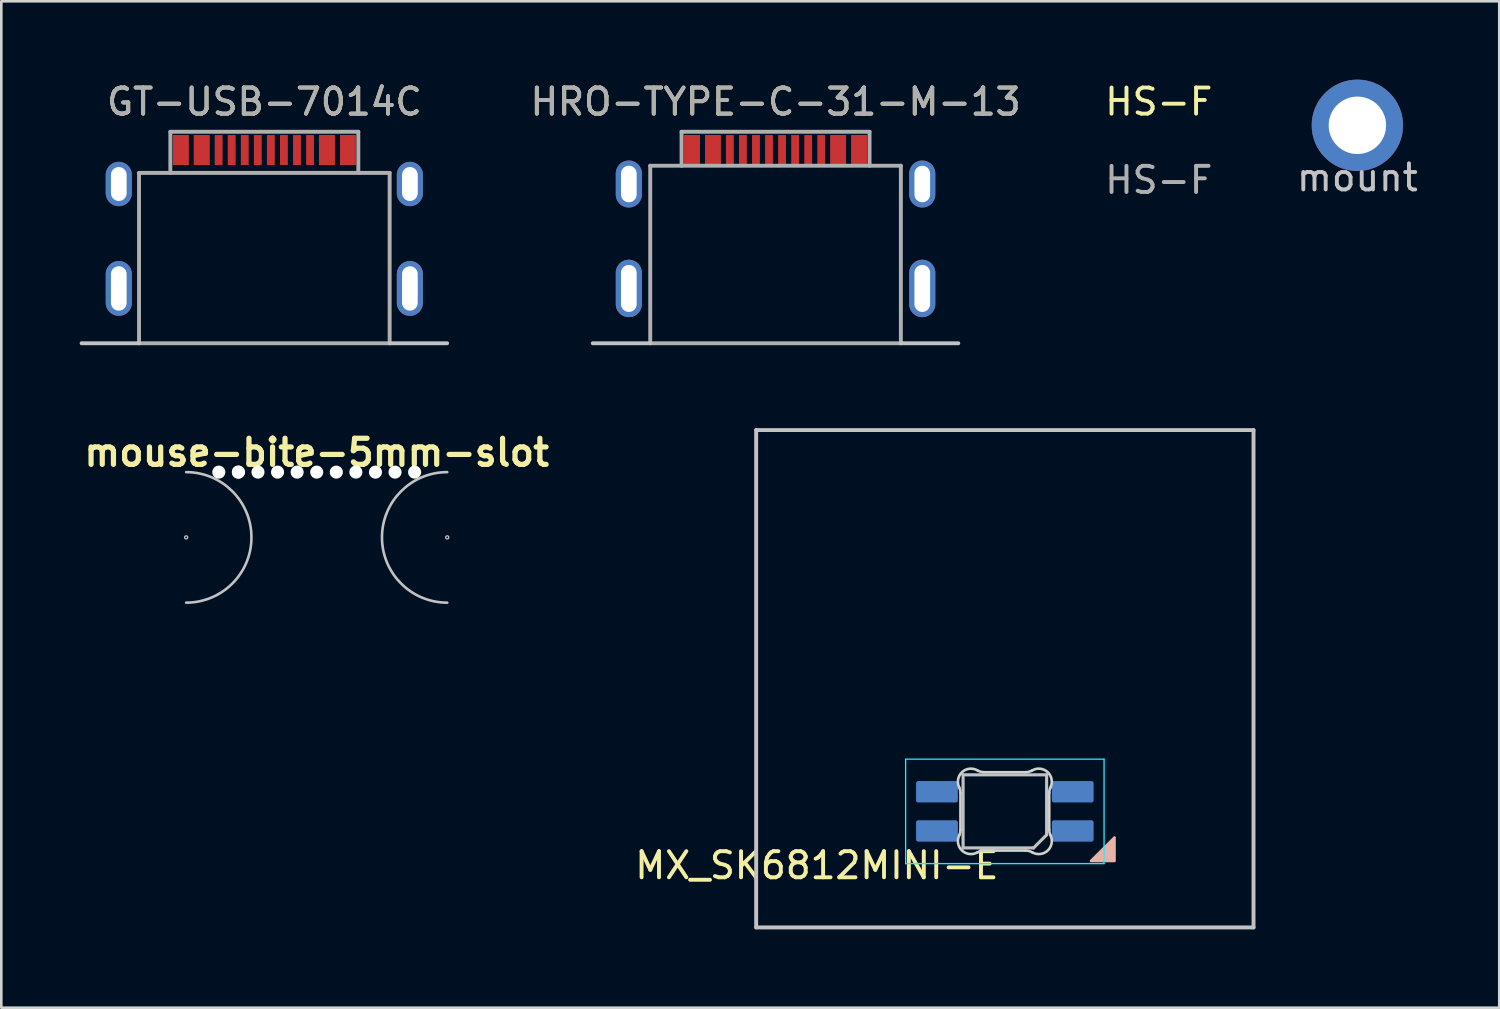
<source format=kicad_pcb>
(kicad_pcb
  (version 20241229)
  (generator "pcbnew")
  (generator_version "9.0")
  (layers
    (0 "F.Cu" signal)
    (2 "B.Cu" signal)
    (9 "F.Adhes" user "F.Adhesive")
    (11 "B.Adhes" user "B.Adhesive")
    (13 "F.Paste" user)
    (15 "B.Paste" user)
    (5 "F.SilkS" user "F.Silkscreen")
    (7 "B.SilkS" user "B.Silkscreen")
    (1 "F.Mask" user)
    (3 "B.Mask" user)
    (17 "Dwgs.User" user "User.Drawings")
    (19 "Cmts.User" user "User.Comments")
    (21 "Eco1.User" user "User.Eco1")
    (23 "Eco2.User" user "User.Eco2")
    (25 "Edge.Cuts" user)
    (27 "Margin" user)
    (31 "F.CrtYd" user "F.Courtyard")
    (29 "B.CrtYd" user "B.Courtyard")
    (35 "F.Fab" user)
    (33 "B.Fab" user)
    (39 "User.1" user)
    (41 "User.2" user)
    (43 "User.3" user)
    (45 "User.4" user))
  (footprint "HS-F"
    (layer "F.Cu")
    (at 41.335 1.348)
    (property "Reference" "HS-F" (at 0 -0.5 0) (unlocked yes) (layer "F.SilkS") (effects (font (size 1 1) (thickness 0.15))))
    (attr smd)
    (fp_text user "${REFERENCE}" (at 0 2.5 0) (unlocked yes) (layer "F.Fab") (effects (font (size 1 1) (thickness 0.15)))))
  (footprint "MX_SK6812MINI-E"
    (layer "F.Cu")
    (at 35.439 22.948)
    (property "Reference" "MX_SK6812MINI-E" (at -7.2 7.15 0) (layer "F.SilkS") (effects (font (size 1 1) (thickness 0.15))))
    (attr through_hole)
    (fp_poly (pts (xy 4.2 6.08) (xy 3.3 6.98) (xy 4.2 6.98)) (stroke (width 0.1) (type solid)) (fill yes) (layer "B.SilkS"))
    (fp_line (start -9.525 -9.525) (end 9.525 -9.525) (stroke (width 0.15) (type solid)) (layer "Dwgs.User"))
    (fp_line (start -9.525 9.525) (end -9.525 -9.525) (stroke (width 0.15) (type solid)) (layer "Dwgs.User"))
    (fp_line (start -1.6 3.68) (end -1.6 6.48) (stroke (width 0.12) (type solid)) (layer "Dwgs.User"))
    (fp_line (start -1.6 6.48) (end 1.1 6.48) (stroke (width 0.12) (type solid)) (layer "Dwgs.User"))
    (fp_line (start 1.6 3.68) (end -1.6 3.68) (stroke (width 0.12) (type solid)) (layer "Dwgs.User"))
    (fp_line (start 1.6 5.98) (end 1.1 6.48) (stroke (width 0.12) (type solid)) (layer "Dwgs.User"))
    (fp_line (start 1.6 5.98) (end 1.6 3.68) (stroke (width 0.12) (type solid)) (layer "Dwgs.User"))
    (fp_line (start 9.525 -9.525) (end 9.525 9.525) (stroke (width 0.15) (type solid)) (layer "Dwgs.User"))
    (fp_line (start 9.525 9.525) (end -9.525 9.525) (stroke (width 0.15) (type solid)) (layer "Dwgs.User"))
    (fp_line (start -1.7 5.783) (end -1.7 4.377) (stroke (width 0.1) (type solid)) (layer "Edge.Cuts"))
    (fp_line (start -0.794 3.58) (end 0.794 3.58) (stroke (width 0.1) (type solid)) (layer "Edge.Cuts"))
    (fp_line (start 0.794 6.58) (end -0.794 6.58) (stroke (width 0.1) (type solid)) (layer "Edge.Cuts"))
    (fp_line (start 1.7 4.377) (end 1.7 5.783) (stroke (width 0.1) (type solid)) (layer "Edge.Cuts"))
    (fp_arc (start -1.749484 4.160279) (mid -1.712527 4.265931) (end -1.699999 4.377157) (stroke (width 0.1) (type solid)) (layer "Edge.Cuts"))
    (fp_arc (start -1.749484 4.160279) (mid -1.638071 3.575964) (end -1.046711 3.5117) (stroke (width 0.1) (type solid)) (layer "Edge.Cuts"))
    (fp_arc (start -1.699999 5.782842) (mid -1.712527 5.894067) (end -1.749484 5.999719) (stroke (width 0.1) (type solid)) (layer "Edge.Cuts"))
    (fp_arc (start -1.046711 6.648296) (mid -1.63807 6.584033) (end -1.749484 5.999719) (stroke (width 0.1) (type solid)) (layer "Edge.Cuts"))
    (fp_arc (start -1.04671 6.648298) (mid -0.925122 6.597376) (end -0.794452 6.579999) (stroke (width 0.1) (type solid)) (layer "Edge.Cuts"))
    (fp_arc (start -0.794453 3.579999) (mid -0.925123 3.562622) (end -1.046711 3.5117) (stroke (width 0.1) (type solid)) (layer "Edge.Cuts"))
    (fp_arc (start 0.794452 6.579999) (mid 0.925123 6.597376) (end 1.046711 6.648298) (stroke (width 0.1) (type solid)) (layer "Edge.Cuts"))
    (fp_arc (start 1.046711 3.511701) (mid 0.925123 3.562623) (end 0.794453 3.58) (stroke (width 0.1) (type solid)) (layer "Edge.Cuts"))
    (fp_arc (start 1.046711 3.511701) (mid 1.63807 3.575965) (end 1.749484 4.160279) (stroke (width 0.1) (type solid)) (layer "Edge.Cuts"))
    (fp_arc (start 1.699999 4.377156) (mid 1.712527 4.265931) (end 1.749484 4.160279) (stroke (width 0.1) (type solid)) (layer "Edge.Cuts"))
    (fp_arc (start 1.749484 5.999718) (mid 1.638072 6.584034) (end 1.046711 6.648298) (stroke (width 0.1) (type solid)) (layer "Edge.Cuts"))
    (fp_arc (start 1.749484 5.999719) (mid 1.712527 5.894067) (end 1.699999 5.782841) (stroke (width 0.1) (type solid)) (layer "Edge.Cuts"))
    (fp_line (start -3.8 3.08) (end -3.8 7.08) (stroke (width 0.05) (type solid)) (layer "B.CrtYd"))
    (fp_line (start -3.8 7.08) (end 3.8 7.08) (stroke (width 0.05) (type solid)) (layer "B.CrtYd"))
    (fp_line (start 3.8 3.08) (end -3.8 3.08) (stroke (width 0.05) (type solid)) (layer "B.CrtYd"))
    (fp_line (start 3.8 7.08) (end 3.8 3.08) (stroke (width 0.05) (type solid)) (layer "B.CrtYd"))
    (pad "1" smd roundrect (at -2.6 4.33 270) (size 0.82 1.6) (layers "B.Cu" "B.Mask" "B.Paste") (roundrect_rratio 0.1))
    (pad "2" smd roundrect (at -2.6 5.83 270) (size 0.82 1.6) (layers "B.Cu" "B.Mask" "B.Paste") (roundrect_rratio 0.1))
    (pad "3" smd roundrect (at 2.6 5.83 270) (size 0.82 1.6) (layers "B.Cu" "B.Mask" "B.Paste") (roundrect_rratio 0.1))
    (pad "4" smd roundrect (at 2.6 4.33 270) (size 0.82 1.6) (layers "B.Cu" "B.Mask" "B.Paste") (roundrect_rratio 0.1)))
  (footprint "GT-USB-7014C"
    (layer "F.Cu")
    (at 7.05 5.348)
    (property "Reference" "GT-USB-7014C" (at 0.025 -4.5 0) (layer "F.SilkS") (effects (font (size 1 1) (thickness 0.15))))
    (attr smd)
    (fp_line (start -4.775 4.75) (end -6.975 4.75) (stroke (width 0.15) (type solid)) (layer "Dwgs.User"))
    (fp_line (start 7.025 4.75) (end 4.825 4.75) (stroke (width 0.15) (type solid)) (layer "Dwgs.User"))
    (fp_line (start -4.775 -1.775) (end -4.775 4.75) (stroke (width 0.15) (type solid)) (layer "F.Fab"))
    (fp_line (start -3.575 -3.35) (end 3.625 -3.35) (stroke (width 0.15) (type solid)) (layer "F.Fab"))
    (fp_line (start -3.575 -1.775) (end -3.575 -3.35) (stroke (width 0.15) (type solid)) (layer "F.Fab"))
    (fp_line (start 3.625 -3.35) (end 3.625 -1.775) (stroke (width 0.15) (type solid)) (layer "F.Fab"))
    (fp_line (start 4.825 -1.775) (end -4.775 -1.775) (stroke (width 0.15) (type solid)) (layer "F.Fab"))
    (fp_line (start 4.825 -1.775) (end 4.825 4.75) (stroke (width 0.15) (type solid)) (layer "F.Fab"))
    (fp_line (start 4.825 4.75) (end -4.775 4.75) (stroke (width 0.15) (type solid)) (layer "F.Fab"))
    (fp_text user "${REFERENCE}" (at 0.025 -4.5 0) (layer "F.Fab") (effects (font (size 1 1) (thickness 0.15))))
    (pad "A1" smd rect (at -3.175 -2.65) (size 0.6 1.15) (layers "F.Cu" "F.Mask" "F.Paste"))
    (pad "A4" smd rect (at -2.375 -2.65) (size 0.6 1.15) (layers "F.Cu" "F.Mask" "F.Paste"))
    (pad "A5" smd rect (at -1.225 -2.65) (size 0.3 1.15) (layers "F.Cu" "F.Mask" "F.Paste"))
    (pad "A6" smd rect (at -0.225 -2.65) (size 0.3 1.15) (layers "F.Cu" "F.Mask" "F.Paste"))
    (pad "A7" smd rect (at 0.275 -2.65) (size 0.3 1.15) (layers "F.Cu" "F.Mask" "F.Paste"))
    (pad "A8" smd rect (at 1.275 -2.65) (size 0.3 1.15) (layers "F.Cu" "F.Mask" "F.Paste"))
    (pad "A9" smd rect (at 2.425 -2.65) (size 0.6 1.15) (layers "F.Cu" "F.Mask" "F.Paste"))
    (pad "A12" smd rect (at 3.225 -2.65) (size 0.6 1.15) (layers "F.Cu" "F.Mask" "F.Paste"))
    (pad "B1" smd rect (at 3.225 -2.65) (size 0.6 1.15) (layers "F.Cu" "F.Mask" "F.Paste"))
    (pad "B4" smd rect (at 2.425 -2.65) (size 0.6 1.15) (layers "F.Cu" "F.Mask" "F.Paste"))
    (pad "B5" smd rect (at 1.775 -2.65) (size 0.3 1.15) (layers "F.Cu" "F.Mask" "F.Paste"))
    (pad "B6" smd rect (at 0.775 -2.65) (size 0.3 1.15) (layers "F.Cu" "F.Mask" "F.Paste"))
    (pad "B7" smd rect (at -0.725 -2.65) (size 0.3 1.15) (layers "F.Cu" "F.Mask" "F.Paste"))
    (pad "B8" smd rect (at -1.725 -2.65) (size 0.3 1.15) (layers "F.Cu" "F.Mask" "F.Paste"))
    (pad "B9" smd rect (at -2.375 -2.65) (size 0.6 1.15) (layers "F.Cu" "F.Mask" "F.Paste"))
    (pad "B12" smd rect (at -3.175 -2.65) (size 0.6 1.15) (layers "F.Cu" "F.Mask" "F.Paste"))
    (pad "S1" thru_hole oval (at -5.55 -1.35) (size 1 1.7) (drill oval 0.6 1.3) (layers "*.Cu" "*.Mask"))
    (pad "S2" thru_hole oval (at 5.6 -1.35) (size 1 1.7) (drill oval 0.6 1.3) (layers "*.Cu" "*.Mask"))
    (pad "S3" thru_hole oval (at 5.6 2.65) (size 1 2.1) (drill oval 0.6 1.7) (layers "*.Cu" "*.Mask"))
    (pad "S4" thru_hole oval (at -5.55 2.65) (size 1 2.1) (drill oval 0.6 1.7) (layers "*.Cu" "*.Mask")))
  (footprint "mount"
    (layer "F.Cu")
    (at 48.942 1.75)
    (property "Reference" "mount" (at 0 2 0) (layer "Dwgs.User") (effects (font (size 1 1) (thickness 0.15))))
    (attr exclude_from_pos_files exclude_from_bom)
    (pad "1" thru_hole circle (at 0 0) (size 3.5 3.5) (drill 2.2) (layers "*.Cu" "*.Mask")))
  (footprint "HRO-TYPE-C-31-M-13"
    (layer "F.Cu")
    (at 26.656 10.098)
    (property "Reference" "HRO-TYPE-C-31-M-13" (at 0 -9.25 0) (layer "F.SilkS") (effects (font (size 1 1) (thickness 0.15))))
    (attr smd)
    (fp_line (start -4.8 0) (end -7 0) (stroke (width 0.15) (type solid)) (layer "Dwgs.User"))
    (fp_line (start 7 0) (end 4.8 0) (stroke (width 0.15) (type solid)) (layer "Dwgs.User"))
    (fp_line (start -4.8 -6.8) (end -4.8 0) (stroke (width 0.15) (type solid)) (layer "F.Fab"))
    (fp_line (start -3.6 -8.1) (end 3.6 -8.1) (stroke (width 0.15) (type solid)) (layer "F.Fab"))
    (fp_line (start -3.6 -6.8) (end -3.6 -8.1) (stroke (width 0.15) (type solid)) (layer "F.Fab"))
    (fp_line (start 3.6 -8.1) (end 3.6 -6.8) (stroke (width 0.15) (type solid)) (layer "F.Fab"))
    (fp_line (start 4.8 -6.8) (end -4.8 -6.8) (stroke (width 0.15) (type solid)) (layer "F.Fab"))
    (fp_line (start 4.8 -6.8) (end 4.8 0) (stroke (width 0.15) (type solid)) (layer "F.Fab"))
    (fp_line (start 4.8 0) (end -4.8 0) (stroke (width 0.15) (type solid)) (layer "F.Fab"))
    (fp_text user "${REFERENCE}" (at 0 -9.25 0) (layer "F.Fab") (effects (font (size 1 1) (thickness 0.15))))
    (pad "A1" smd rect (at -3.2 -7.4) (size 0.6 1.15) (layers "F.Cu" "F.Mask" "F.Paste"))
    (pad "A4" smd rect (at -2.4 -7.4) (size 0.6 1.15) (layers "F.Cu" "F.Mask" "F.Paste"))
    (pad "A5" smd rect (at -1.25 -7.4) (size 0.3 1.15) (layers "F.Cu" "F.Mask" "F.Paste"))
    (pad "A6" smd rect (at -0.25 -7.4) (size 0.3 1.15) (layers "F.Cu" "F.Mask" "F.Paste"))
    (pad "A7" smd rect (at 0.25 -7.4) (size 0.3 1.15) (layers "F.Cu" "F.Mask" "F.Paste"))
    (pad "A8" smd rect (at 1.25 -7.4) (size 0.3 1.15) (layers "F.Cu" "F.Mask" "F.Paste"))
    (pad "A9" smd rect (at 2.4 -7.4) (size 0.6 1.15) (layers "F.Cu" "F.Mask" "F.Paste"))
    (pad "A12" smd rect (at 3.2 -7.4) (size 0.6 1.15) (layers "F.Cu" "F.Mask" "F.Paste"))
    (pad "B1" smd rect (at 3.2 -7.4) (size 0.6 1.15) (layers "F.Cu" "F.Mask" "F.Paste"))
    (pad "B4" smd rect (at 2.4 -7.4) (size 0.6 1.15) (layers "F.Cu" "F.Mask" "F.Paste"))
    (pad "B5" smd rect (at 1.75 -7.4) (size 0.3 1.15) (layers "F.Cu" "F.Mask" "F.Paste"))
    (pad "B6" smd rect (at 0.75 -7.4) (size 0.3 1.15) (layers "F.Cu" "F.Mask" "F.Paste"))
    (pad "B7" smd rect (at -0.75 -7.4) (size 0.3 1.15) (layers "F.Cu" "F.Mask" "F.Paste"))
    (pad "B8" smd rect (at -1.75 -7.4) (size 0.3 1.15) (layers "F.Cu" "F.Mask" "F.Paste"))
    (pad "B9" smd rect (at -2.4 -7.4) (size 0.6 1.15) (layers "F.Cu" "F.Mask" "F.Paste"))
    (pad "B12" smd rect (at -3.2 -7.4) (size 0.6 1.15) (layers "F.Cu" "F.Mask" "F.Paste"))
    (pad "S1" thru_hole oval (at -5.62 -6.1) (size 1 1.8) (drill oval 0.6 1.4) (layers "*.Cu" "*.Mask"))
    (pad "S2" thru_hole oval (at 5.62 -6.1) (size 1 1.8) (drill oval 0.6 1.4) (layers "*.Cu" "*.Mask"))
    (pad "S3" thru_hole oval (at 5.62 -2.1) (size 1 2.2) (drill oval 0.6 1.8) (layers "*.Cu" "*.Mask"))
    (pad "S4" thru_hole oval (at -5.62 -2.1) (size 1 2.2) (drill oval 0.6 1.8) (layers "*.Cu" "*.Mask")))
  (footprint "mouse-bite-5mm-slot"
    (layer "F.Cu")
    (at 9.081 17.534)
    (property "Reference" "mouse-bite-5mm-slot" (at 0 -3.25 180) (layer "F.SilkS") (effects (font (size 1 1) (thickness 0.2))))
    (attr through_hole)
    (fp_arc (start -5 -2.5) (mid -2.5 0) (end -5 2.5) (stroke (width 0.1) (type solid)) (layer "Dwgs.User"))
    (fp_arc (start 5 2.5) (mid 2.5 0) (end 5 -2.5) (stroke (width 0.1) (type solid)) (layer "Dwgs.User"))
    (fp_circle (center -5 0) (end -4.94 0) (stroke (width 0.05) (type solid)) (fill no) (layer "Dwgs.User"))
    (fp_circle (center 5 0) (end 5.06 0) (stroke (width 0.05) (type solid)) (fill no) (layer "Dwgs.User"))
    (pad "" np_thru_hole circle (at -3.75 -2.5) (size 0.5 0.5) (drill 0.5) (layers "*.Cu" "*.Mask"))
    (pad "" np_thru_hole circle (at -3 -2.5) (size 0.5 0.5) (drill 0.5) (layers "*.Cu" "*.Mask"))
    (pad "" np_thru_hole circle (at -3 -2.5) (size 0.5 0.5) (drill 0.5) (layers "*.Cu" "*.Mask"))
    (pad "" np_thru_hole circle (at -2.25 -2.5) (size 0.5 0.5) (drill 0.5) (layers "*.Cu" "*.Mask"))
    (pad "" np_thru_hole circle (at -1.5 -2.5) (size 0.5 0.5) (drill 0.5) (layers "*.Cu" "*.Mask"))
    (pad "" np_thru_hole circle (at -0.75 -2.5) (size 0.5 0.5) (drill 0.5) (layers "*.Cu" "*.Mask"))
    (pad "" np_thru_hole circle (at 0 -2.5) (size 0.5 0.5) (drill 0.5) (layers "*.Cu" "*.Mask"))
    (pad "" np_thru_hole circle (at 0.75 -2.5) (size 0.5 0.5) (drill 0.5) (layers "*.Cu" "*.Mask"))
    (pad "" np_thru_hole circle (at 1.5 -2.5) (size 0.5 0.5) (drill 0.5) (layers "*.Cu" "*.Mask"))
    (pad "" np_thru_hole circle (at 2.25 -2.5) (size 0.5 0.5) (drill 0.5) (layers "*.Cu" "*.Mask"))
    (pad "" np_thru_hole circle (at 3 -2.5) (size 0.5 0.5) (drill 0.5) (layers "*.Cu" "*.Mask"))
    (pad "" np_thru_hole circle (at 3.75 -2.5) (size 0.5 0.5) (drill 0.5) (layers "*.Cu" "*.Mask")))
  (gr_rect
    (start -3 -3)
    (end 54.376 35.548)
    (stroke (width 0.1) (type default))
    (fill no)
    (layer "Edge.Cuts")))
</source>
